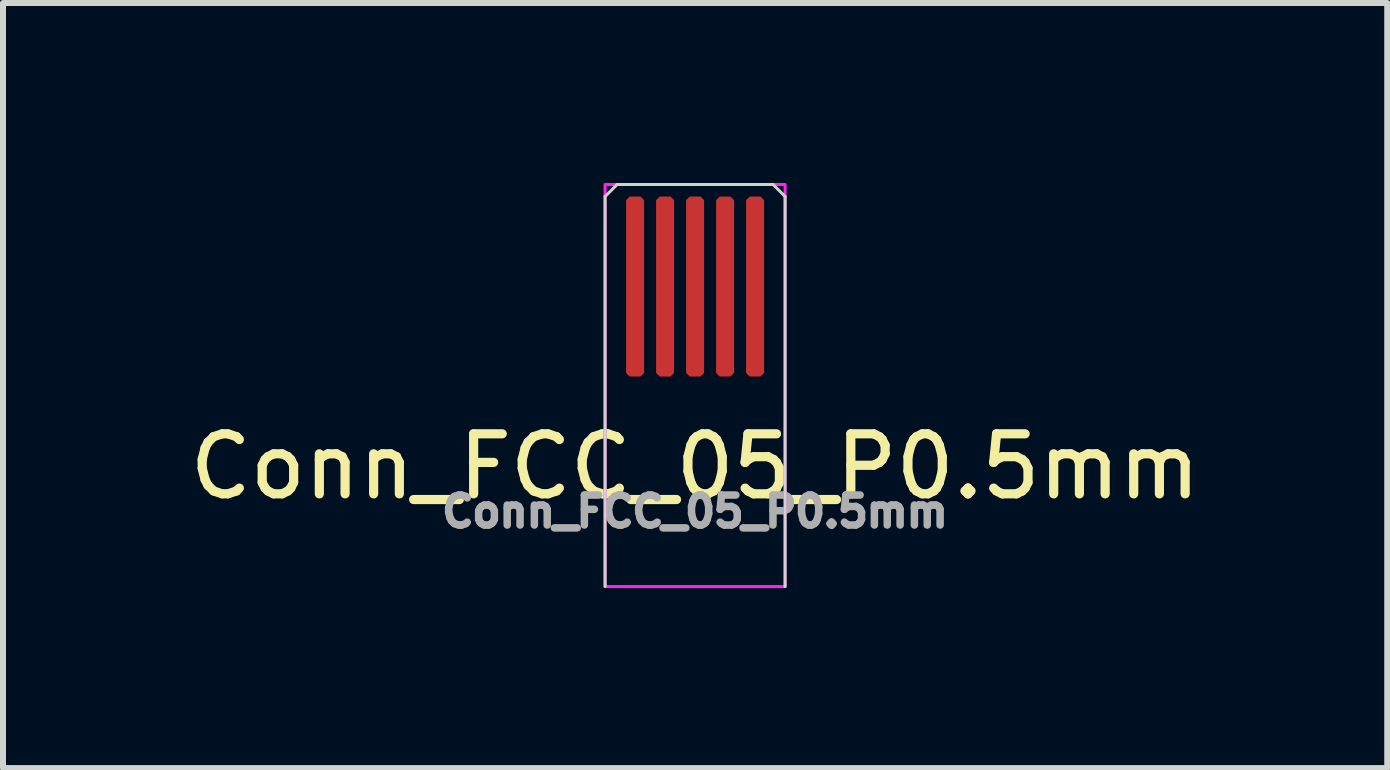
<source format=kicad_pcb>
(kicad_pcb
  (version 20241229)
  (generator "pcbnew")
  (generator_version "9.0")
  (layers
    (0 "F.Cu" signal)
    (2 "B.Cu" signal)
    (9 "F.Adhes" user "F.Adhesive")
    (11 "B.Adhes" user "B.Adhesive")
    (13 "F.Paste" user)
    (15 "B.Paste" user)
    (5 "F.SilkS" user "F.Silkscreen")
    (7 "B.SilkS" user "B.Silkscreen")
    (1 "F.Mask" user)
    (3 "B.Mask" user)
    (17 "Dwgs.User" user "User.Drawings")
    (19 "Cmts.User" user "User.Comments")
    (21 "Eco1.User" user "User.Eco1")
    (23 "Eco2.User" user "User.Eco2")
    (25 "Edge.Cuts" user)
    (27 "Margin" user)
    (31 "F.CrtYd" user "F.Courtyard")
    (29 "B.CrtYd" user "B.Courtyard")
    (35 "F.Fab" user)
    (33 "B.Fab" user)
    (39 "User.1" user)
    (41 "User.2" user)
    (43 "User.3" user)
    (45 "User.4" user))
  (footprint "Conn_FCC_05_P0.5mm"
    (layer "F.Cu")
    (at 8.534 1.725)
    (property "Reference" "Conn_FCC_05_P0.5mm" (at 0 3 0) (unlocked yes) (layer "F.SilkS") (effects (font (size 1 1) (thickness 0.153))))
    (attr smd)
    (fp_line (start -1.5 -1.5) (end -1.3 -1.7) (stroke (width 0.05) (type default)) (layer "Edge.Cuts"))
    (fp_line (start -1.5 5) (end -1.5 -1.5) (stroke (width 0.05) (type default)) (layer "Edge.Cuts"))
    (fp_line (start -1.3 -1.7) (end 1.3 -1.7) (stroke (width 0.05) (type default)) (layer "Edge.Cuts"))
    (fp_line (start 1.5 -1.5) (end 1.3 -1.7) (stroke (width 0.05) (type default)) (layer "Edge.Cuts"))
    (fp_line (start 1.5 5) (end 1.5 -1.5) (stroke (width 0.05) (type default)) (layer "Edge.Cuts"))
    (fp_rect (start -1.5 -1.7) (end 1.5 5) (stroke (width 0.05) (type default)) (fill no) (layer "F.CrtYd"))
    (fp_text user "${REFERENCE}" (at 0 3.75 0) (unlocked yes) (layer "F.Fab") (effects (font (size 0.5 0.5) (thickness 0.15))))
    (pad "1" smd roundrect (at 1 0) (size 0.3 3) (layers "F.Cu" "F.Mask") (roundrect_rratio 0) (chamfer_ratio 0.2) (chamfer top_left top_right bottom_left bottom_right))
    (pad "2" smd roundrect (at 0.5 0) (size 0.3 3) (layers "F.Cu" "F.Mask") (roundrect_rratio 0) (chamfer_ratio 0.2) (chamfer top_left top_right bottom_left bottom_right))
    (pad "3" smd roundrect (at 0 0) (size 0.3 3) (layers "F.Cu" "F.Mask") (roundrect_rratio 0) (chamfer_ratio 0.2) (chamfer top_left top_right bottom_left bottom_right))
    (pad "4" smd roundrect (at -0.5 0) (size 0.3 3) (layers "F.Cu" "F.Mask") (roundrect_rratio 0) (chamfer_ratio 0.2) (chamfer top_left top_right bottom_left bottom_right))
    (pad "5" smd roundrect (at -1 0) (size 0.3 3) (layers "F.Cu" "F.Mask") (roundrect_rratio 0) (chamfer_ratio 0.2) (chamfer top_left top_right bottom_left bottom_right)))
  (gr_rect
    (start -3 -3)
    (end 20.069 9.75)
    (stroke (width 0.1) (type default))
    (fill no)
    (layer "Edge.Cuts")))
</source>
